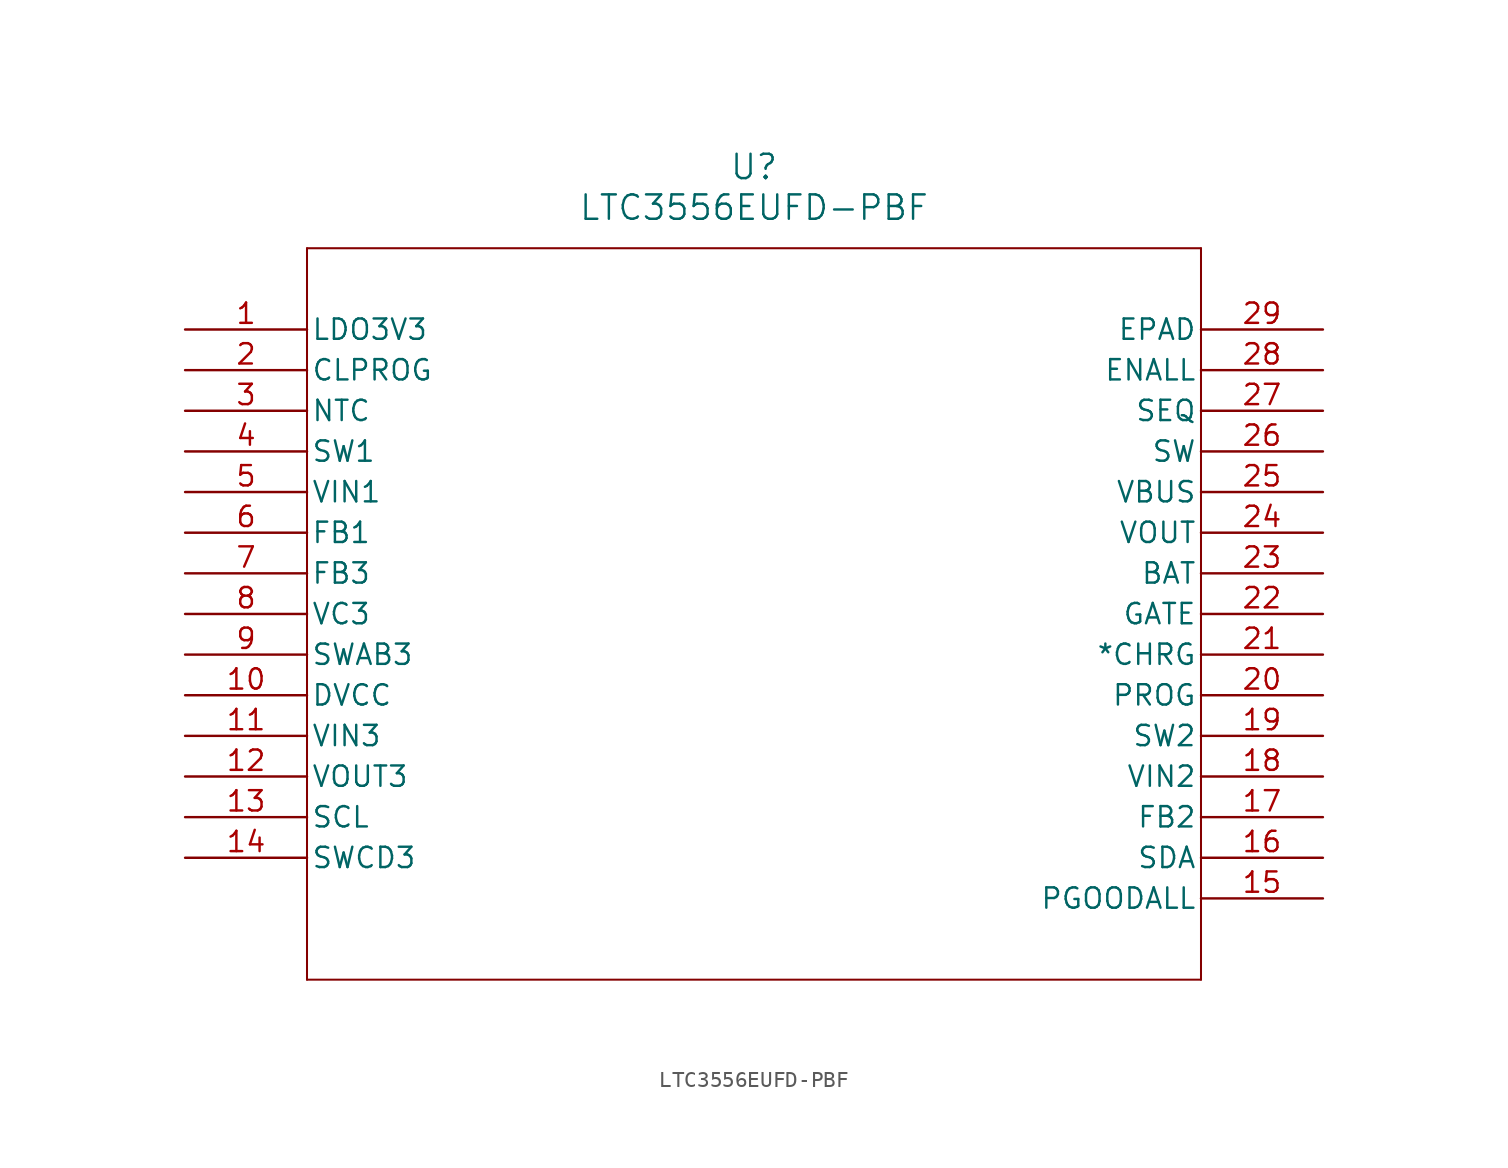
<source format=kicad_sym>
(kicad_symbol_lib
  (version 20211014)
  (generator kicad_symbol_editor)
  (symbol "LTC3556EUFD-PBF"
    (pin_names
      (offset 0.254))
    (property "Reference" "U"
      (at 35.56 10.16 0)
      (effects (font (size 1.524 1.524))))
    (property "Value" "LTC3556EUFD-PBF"
      (at 35.56 7.62 0)
      (effects (font (size 1.524 1.524))))
    (symbol "LTC3556EUFD-PBF_0_1"
      (polyline (pts (xy 7.62 5.08) (xy 7.62 -40.64)) (stroke (width 0.127) (type default) (color 0 0 0 0)) (fill (type none)))
      (polyline (pts (xy 7.62 -40.64) (xy 63.5 -40.64)) (stroke (width 0.127) (type default) (color 0 0 0 0)) (fill (type none)))
      (polyline (pts (xy 63.5 -40.64) (xy 63.5 5.08)) (stroke (width 0.127) (type default) (color 0 0 0 0)) (fill (type none)))
      (polyline (pts (xy 63.5 5.08) (xy 7.62 5.08)) (stroke (width 0.127) (type default) (color 0 0 0 0)) (fill (type none)))
      (pin output line (at 0 0 0) (length 7.62) (name "LDO3V3" (effects (font (size 1.27 1.27)))) (number "1" (effects (font (size 1.27 1.27)))))
      (pin unspecified line (at 0 -2.54 0) (length 7.62) (name "CLPROG" (effects (font (size 1.27 1.27)))) (number "2" (effects (font (size 1.27 1.27)))))
      (pin input line (at 0 -5.08 0) (length 7.62) (name "NTC" (effects (font (size 1.27 1.27)))) (number "3" (effects (font (size 1.27 1.27)))))
      (pin unspecified line (at 0 -7.62 0) (length 7.62) (name "SW1" (effects (font (size 1.27 1.27)))) (number "4" (effects (font (size 1.27 1.27)))))
      (pin input line (at 0 -10.16 0) (length 7.62) (name "VIN1" (effects (font (size 1.27 1.27)))) (number "5" (effects (font (size 1.27 1.27)))))
      (pin input line (at 0 -12.7 0) (length 7.62) (name "FB1" (effects (font (size 1.27 1.27)))) (number "6" (effects (font (size 1.27 1.27)))))
      (pin input line (at 0 -15.24 0) (length 7.62) (name "FB3" (effects (font (size 1.27 1.27)))) (number "7" (effects (font (size 1.27 1.27)))))
      (pin output line (at 0 -17.78 0) (length 7.62) (name "VC3" (effects (font (size 1.27 1.27)))) (number "8" (effects (font (size 1.27 1.27)))))
      (pin unspecified line (at 0 -20.32 0) (length 7.62) (name "SWAB3" (effects (font (size 1.27 1.27)))) (number "9" (effects (font (size 1.27 1.27)))))
      (pin power_in line (at 0 -22.86 0) (length 7.62) (name "DVCC" (effects (font (size 1.27 1.27)))) (number "10" (effects (font (size 1.27 1.27)))))
      (pin input line (at 0 -25.4 0) (length 7.62) (name "VIN3" (effects (font (size 1.27 1.27)))) (number "11" (effects (font (size 1.27 1.27)))))
      (pin output line (at 0 -27.94 0) (length 7.62) (name "VOUT3" (effects (font (size 1.27 1.27)))) (number "12" (effects (font (size 1.27 1.27)))))
      (pin input line (at 0 -30.48 0) (length 7.62) (name "SCL" (effects (font (size 1.27 1.27)))) (number "13" (effects (font (size 1.27 1.27)))))
      (pin unspecified line (at 0 -33.02 0) (length 7.62) (name "SWCD3" (effects (font (size 1.27 1.27)))) (number "14" (effects (font (size 1.27 1.27)))))
      (pin output line (at 71.12 -35.56 180) (length 7.62) (name "PGOODALL" (effects (font (size 1.27 1.27)))) (number "15" (effects (font (size 1.27 1.27)))))
      (pin input line (at 71.12 -33.02 180) (length 7.62) (name "SDA" (effects (font (size 1.27 1.27)))) (number "16" (effects (font (size 1.27 1.27)))))
      (pin input line (at 71.12 -30.48 180) (length 7.62) (name "FB2" (effects (font (size 1.27 1.27)))) (number "17" (effects (font (size 1.27 1.27)))))
      (pin input line (at 71.12 -27.94 180) (length 7.62) (name "VIN2" (effects (font (size 1.27 1.27)))) (number "18" (effects (font (size 1.27 1.27)))))
      (pin unspecified line (at 71.12 -25.4 180) (length 7.62) (name "SW2" (effects (font (size 1.27 1.27)))) (number "19" (effects (font (size 1.27 1.27)))))
      (pin unspecified line (at 71.12 -22.86 180) (length 7.62) (name "PROG" (effects (font (size 1.27 1.27)))) (number "20" (effects (font (size 1.27 1.27)))))
      (pin output line (at 71.12 -20.32 180) (length 7.62) (name "*CHRG" (effects (font (size 1.27 1.27)))) (number "21" (effects (font (size 1.27 1.27)))))
      (pin output line (at 71.12 -17.78 180) (length 7.62) (name "GATE" (effects (font (size 1.27 1.27)))) (number "22" (effects (font (size 1.27 1.27)))))
      (pin unspecified line (at 71.12 -15.24 180) (length 7.62) (name "BAT" (effects (font (size 1.27 1.27)))) (number "23" (effects (font (size 1.27 1.27)))))
      (pin output line (at 71.12 -12.7 180) (length 7.62) (name "VOUT" (effects (font (size 1.27 1.27)))) (number "24" (effects (font (size 1.27 1.27)))))
      (pin input line (at 71.12 -10.16 180) (length 7.62) (name "VBUS" (effects (font (size 1.27 1.27)))) (number "25" (effects (font (size 1.27 1.27)))))
      (pin unspecified line (at 71.12 -7.62 180) (length 7.62) (name "SW" (effects (font (size 1.27 1.27)))) (number "26" (effects (font (size 1.27 1.27)))))
      (pin input line (at 71.12 -5.08 180) (length 7.62) (name "SEQ" (effects (font (size 1.27 1.27)))) (number "27" (effects (font (size 1.27 1.27)))))
      (pin input line (at 71.12 -2.54 180) (length 7.62) (name "ENALL" (effects (font (size 1.27 1.27)))) (number "28" (effects (font (size 1.27 1.27)))))
      (pin unspecified line (at 71.12 0 180) (length 7.62) (name "EPAD" (effects (font (size 1.27 1.27)))) (number "29" (effects (font (size 1.27 1.27))))))))
</source>
